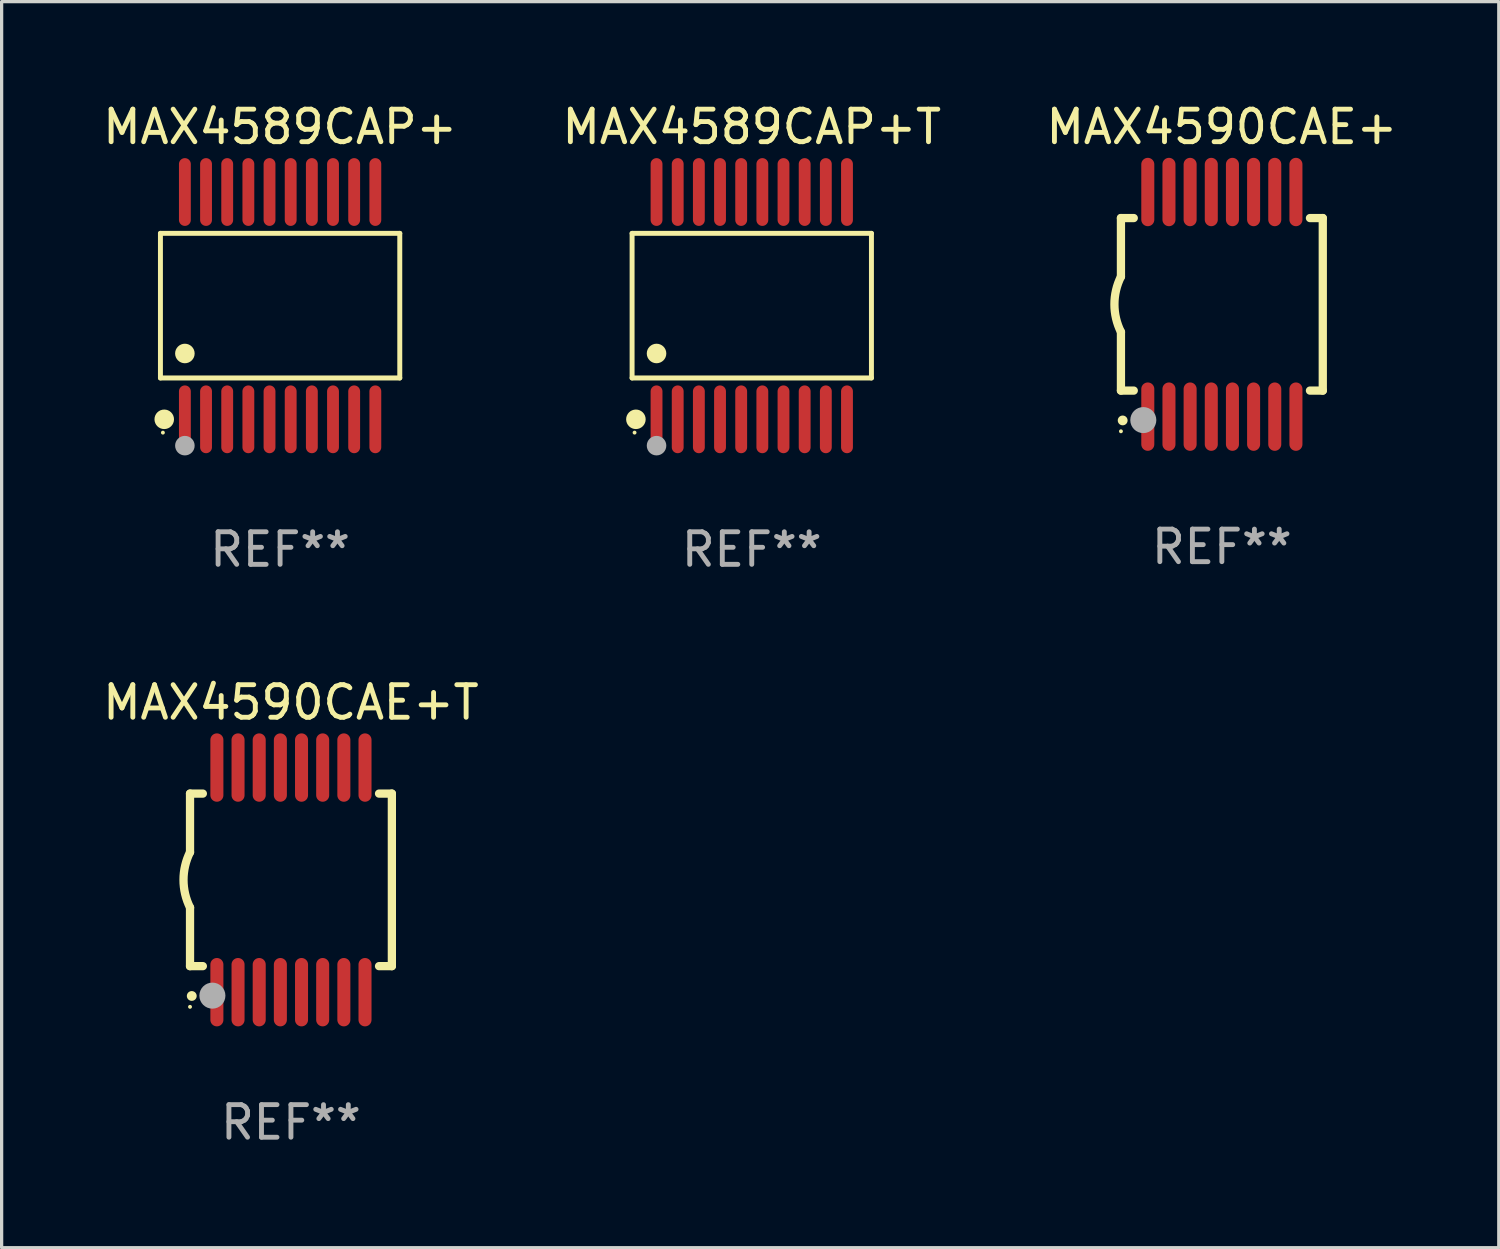
<source format=kicad_pcb>
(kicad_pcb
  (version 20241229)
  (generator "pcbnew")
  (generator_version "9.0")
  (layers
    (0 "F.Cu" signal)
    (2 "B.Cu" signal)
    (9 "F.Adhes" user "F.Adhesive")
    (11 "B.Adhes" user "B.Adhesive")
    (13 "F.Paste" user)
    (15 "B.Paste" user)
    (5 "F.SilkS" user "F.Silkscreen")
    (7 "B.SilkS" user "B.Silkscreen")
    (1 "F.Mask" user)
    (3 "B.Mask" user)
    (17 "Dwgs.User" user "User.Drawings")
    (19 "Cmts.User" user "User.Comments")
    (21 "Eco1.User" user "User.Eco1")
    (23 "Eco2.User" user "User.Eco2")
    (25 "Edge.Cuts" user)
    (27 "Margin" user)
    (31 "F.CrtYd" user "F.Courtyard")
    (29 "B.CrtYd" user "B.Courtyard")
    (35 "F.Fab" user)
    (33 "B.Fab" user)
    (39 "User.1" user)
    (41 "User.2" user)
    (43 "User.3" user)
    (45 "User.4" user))
  (footprint "MAX4589CAP+"
    (layer "F.Cu")
    (at 5.554 6.339)
    (property "Reference" "MAX4589CAP+" (at 0 -5.491 0) (layer "F.SilkS") (effects (font (size 1 1) (thickness 0.15))))
    (attr through_hole)
    (fp_line (start -3.676 -2.221) (end 3.676 -2.221) (stroke (width 0.152) (type solid)) (layer "F.SilkS"))
    (fp_line (start -3.676 2.221) (end -3.676 -2.221) (stroke (width 0.152) (type solid)) (layer "F.SilkS"))
    (fp_line (start 3.676 -2.221) (end 3.676 2.221) (stroke (width 0.152) (type solid)) (layer "F.SilkS"))
    (fp_line (start 3.676 2.221) (end -3.676 2.221) (stroke (width 0.152) (type solid)) (layer "F.SilkS"))
    (fp_circle (center -3.6 3.9) (end -3.57 3.9) (stroke (width 0.06) (type solid)) (fill no) (layer "F.SilkS"))
    (fp_circle (center -3.559 3.491) (end -3.409 3.491) (stroke (width 0.3) (type solid)) (fill no) (layer "F.SilkS"))
    (fp_circle (center -2.925 1.469) (end -2.775 1.469) (stroke (width 0.3) (type solid)) (fill no) (layer "F.SilkS"))
    (fp_circle (center -2.925 4.3) (end -2.775 4.3) (stroke (width 0.3) (type solid)) (fill no) (layer "F.Fab"))
    (fp_text user "REF**" (at 0 7.491 0) (layer "F.Fab") (effects (font (size 1 1) (thickness 0.15))))
    (pad "1" smd oval (at -2.925 3.491) (size 0.364 2.082) (layers "F.Cu" "F.Mask" "F.Paste"))
    (pad "2" smd oval (at -2.275 3.491) (size 0.364 2.082) (layers "F.Cu" "F.Mask" "F.Paste"))
    (pad "3" smd oval (at -1.625 3.491) (size 0.364 2.082) (layers "F.Cu" "F.Mask" "F.Paste"))
    (pad "4" smd oval (at -0.975 3.491) (size 0.364 2.082) (layers "F.Cu" "F.Mask" "F.Paste"))
    (pad "5" smd oval (at -0.325 3.491) (size 0.364 2.082) (layers "F.Cu" "F.Mask" "F.Paste"))
    (pad "6" smd oval (at 0.325 3.491) (size 0.364 2.082) (layers "F.Cu" "F.Mask" "F.Paste"))
    (pad "7" smd oval (at 0.975 3.491) (size 0.364 2.082) (layers "F.Cu" "F.Mask" "F.Paste"))
    (pad "8" smd oval (at 1.625 3.491) (size 0.364 2.082) (layers "F.Cu" "F.Mask" "F.Paste"))
    (pad "9" smd oval (at 2.275 3.491) (size 0.364 2.082) (layers "F.Cu" "F.Mask" "F.Paste"))
    (pad "10" smd oval (at 2.925 3.491) (size 0.364 2.082) (layers "F.Cu" "F.Mask" "F.Paste"))
    (pad "11" smd oval (at 2.925 -3.491) (size 0.364 2.082) (layers "F.Cu" "F.Mask" "F.Paste"))
    (pad "12" smd oval (at 2.275 -3.491) (size 0.364 2.082) (layers "F.Cu" "F.Mask" "F.Paste"))
    (pad "13" smd oval (at 1.625 -3.491) (size 0.364 2.082) (layers "F.Cu" "F.Mask" "F.Paste"))
    (pad "14" smd oval (at 0.975 -3.491) (size 0.364 2.082) (layers "F.Cu" "F.Mask" "F.Paste"))
    (pad "15" smd oval (at 0.325 -3.491) (size 0.364 2.082) (layers "F.Cu" "F.Mask" "F.Paste"))
    (pad "16" smd oval (at -0.325 -3.491) (size 0.364 2.082) (layers "F.Cu" "F.Mask" "F.Paste"))
    (pad "17" smd oval (at -0.975 -3.491) (size 0.364 2.082) (layers "F.Cu" "F.Mask" "F.Paste"))
    (pad "18" smd oval (at -1.625 -3.491) (size 0.364 2.082) (layers "F.Cu" "F.Mask" "F.Paste"))
    (pad "19" smd oval (at -2.275 -3.491) (size 0.364 2.082) (layers "F.Cu" "F.Mask" "F.Paste"))
    (pad "20" smd oval (at -2.925 -3.491) (size 0.364 2.082) (layers "F.Cu" "F.Mask" "F.Paste")))
  (footprint "MAX4590CAE+"
    (layer "F.Cu")
    (at 34.482 6.298)
    (property "Reference" "MAX4590CAE+" (at 0 -5.45 0) (layer "F.SilkS") (effects (font (size 1 1) (thickness 0.15))))
    (attr through_hole)
    (fp_line (start -3.1 -2.65) (end -3.1 -0.85) (stroke (width 0.254) (type solid)) (layer "F.SilkS"))
    (fp_line (start -3.1 -2.65) (end -2.706 -2.65) (stroke (width 0.254) (type solid)) (layer "F.SilkS"))
    (fp_line (start -3.1 2.65) (end -3.1 0.85) (stroke (width 0.254) (type solid)) (layer "F.SilkS"))
    (fp_line (start -3.1 2.65) (end -2.706 2.65) (stroke (width 0.254) (type solid)) (layer "F.SilkS"))
    (fp_line (start 2.706 -2.65) (end 3.1 -2.65) (stroke (width 0.254) (type solid)) (layer "F.SilkS"))
    (fp_line (start 2.706 2.65) (end 3.1 2.65) (stroke (width 0.254) (type solid)) (layer "F.SilkS"))
    (fp_line (start 3.1 -2.65) (end 3.1 2.65) (stroke (width 0.254) (type solid)) (layer "F.SilkS"))
    (fp_arc (start -3.098907 0.850902) (mid -3.300057 0.000523) (end -3.1 -0.850114) (stroke (width 0.254001) (type solid)) (layer "F.SilkS"))
    (fp_arc (start -3.048006 3.566066) (mid -3.046736 3.566061) (end -3.045466 3.566066) (stroke (width 0.3) (type solid)) (layer "F.SilkS"))
    (fp_circle (center -3.1 3.9) (end -3.07 3.9) (stroke (width 0.06) (type solid)) (fill no) (layer "F.SilkS"))
    (fp_circle (center -2.413 3.556) (end -2.213 3.556) (stroke (width 0.4) (type solid)) (fill no) (layer "F.Fab"))
    (fp_text user "REF**" (at 0 7.45 0) (layer "F.Fab") (effects (font (size 1 1) (thickness 0.15))))
    (pad "1" smd oval (at -2.275 3.45 180) (size 0.4 2.1) (layers "F.Cu" "F.Mask" "F.Paste"))
    (pad "2" smd oval (at -1.625 3.45 180) (size 0.4 2.1) (layers "F.Cu" "F.Mask" "F.Paste"))
    (pad "3" smd oval (at -0.975 3.45 180) (size 0.4 2.1) (layers "F.Cu" "F.Mask" "F.Paste"))
    (pad "4" smd oval (at -0.325 3.45 180) (size 0.4 2.1) (layers "F.Cu" "F.Mask" "F.Paste"))
    (pad "5" smd oval (at 0.325 3.45 180) (size 0.4 2.1) (layers "F.Cu" "F.Mask" "F.Paste"))
    (pad "6" smd oval (at 0.975 3.45 180) (size 0.4 2.1) (layers "F.Cu" "F.Mask" "F.Paste"))
    (pad "7" smd oval (at 1.625 3.45 180) (size 0.4 2.1) (layers "F.Cu" "F.Mask" "F.Paste"))
    (pad "8" smd oval (at 2.275 3.45 180) (size 0.4 2.1) (layers "F.Cu" "F.Mask" "F.Paste"))
    (pad "9" smd oval (at 2.275 -3.45 180) (size 0.4 2.1) (layers "F.Cu" "F.Mask" "F.Paste"))
    (pad "10" smd oval (at 1.625 -3.45 180) (size 0.4 2.1) (layers "F.Cu" "F.Mask" "F.Paste"))
    (pad "11" smd oval (at 0.975 -3.45 180) (size 0.4 2.1) (layers "F.Cu" "F.Mask" "F.Paste"))
    (pad "12" smd oval (at 0.325 -3.45 180) (size 0.4 2.1) (layers "F.Cu" "F.Mask" "F.Paste"))
    (pad "13" smd oval (at -0.325 -3.45 180) (size 0.4 2.1) (layers "F.Cu" "F.Mask" "F.Paste"))
    (pad "14" smd oval (at -0.975 -3.45 180) (size 0.4 2.1) (layers "F.Cu" "F.Mask" "F.Paste"))
    (pad "15" smd oval (at -1.625 -3.45 180) (size 0.4 2.1) (layers "F.Cu" "F.Mask" "F.Paste"))
    (pad "16" smd oval (at -2.275 -3.45 180) (size 0.4 2.1) (layers "F.Cu" "F.Mask" "F.Paste")))
  (footprint "MAX4590CAE+T"
    (layer "F.Cu")
    (at 5.887 23.977)
    (property "Reference" "MAX4590CAE+T" (at 0 -5.45 0) (layer "F.SilkS") (effects (font (size 1 1) (thickness 0.15))))
    (attr through_hole)
    (fp_line (start -3.1 -2.65) (end -3.1 -0.85) (stroke (width 0.254) (type solid)) (layer "F.SilkS"))
    (fp_line (start -3.1 -2.65) (end -2.706 -2.65) (stroke (width 0.254) (type solid)) (layer "F.SilkS"))
    (fp_line (start -3.1 2.65) (end -3.1 0.85) (stroke (width 0.254) (type solid)) (layer "F.SilkS"))
    (fp_line (start -3.1 2.65) (end -2.706 2.65) (stroke (width 0.254) (type solid)) (layer "F.SilkS"))
    (fp_line (start 2.706 -2.65) (end 3.1 -2.65) (stroke (width 0.254) (type solid)) (layer "F.SilkS"))
    (fp_line (start 2.706 2.65) (end 3.1 2.65) (stroke (width 0.254) (type solid)) (layer "F.SilkS"))
    (fp_line (start 3.1 -2.65) (end 3.1 2.65) (stroke (width 0.254) (type solid)) (layer "F.SilkS"))
    (fp_arc (start -3.098907 0.850902) (mid -3.300057 0.000523) (end -3.1 -0.850114) (stroke (width 0.254001) (type solid)) (layer "F.SilkS"))
    (fp_arc (start -3.048006 3.566066) (mid -3.046736 3.566061) (end -3.045466 3.566066) (stroke (width 0.3) (type solid)) (layer "F.SilkS"))
    (fp_circle (center -3.1 3.9) (end -3.07 3.9) (stroke (width 0.06) (type solid)) (fill no) (layer "F.SilkS"))
    (fp_circle (center -2.413 3.556) (end -2.213 3.556) (stroke (width 0.4) (type solid)) (fill no) (layer "F.Fab"))
    (fp_text user "REF**" (at 0 7.45 0) (layer "F.Fab") (effects (font (size 1 1) (thickness 0.15))))
    (pad "1" smd oval (at -2.275 3.45 180) (size 0.4 2.1) (layers "F.Cu" "F.Mask" "F.Paste"))
    (pad "2" smd oval (at -1.625 3.45 180) (size 0.4 2.1) (layers "F.Cu" "F.Mask" "F.Paste"))
    (pad "3" smd oval (at -0.975 3.45 180) (size 0.4 2.1) (layers "F.Cu" "F.Mask" "F.Paste"))
    (pad "4" smd oval (at -0.325 3.45 180) (size 0.4 2.1) (layers "F.Cu" "F.Mask" "F.Paste"))
    (pad "5" smd oval (at 0.325 3.45 180) (size 0.4 2.1) (layers "F.Cu" "F.Mask" "F.Paste"))
    (pad "6" smd oval (at 0.975 3.45 180) (size 0.4 2.1) (layers "F.Cu" "F.Mask" "F.Paste"))
    (pad "7" smd oval (at 1.625 3.45 180) (size 0.4 2.1) (layers "F.Cu" "F.Mask" "F.Paste"))
    (pad "8" smd oval (at 2.275 3.45 180) (size 0.4 2.1) (layers "F.Cu" "F.Mask" "F.Paste"))
    (pad "9" smd oval (at 2.275 -3.45 180) (size 0.4 2.1) (layers "F.Cu" "F.Mask" "F.Paste"))
    (pad "10" smd oval (at 1.625 -3.45 180) (size 0.4 2.1) (layers "F.Cu" "F.Mask" "F.Paste"))
    (pad "11" smd oval (at 0.975 -3.45 180) (size 0.4 2.1) (layers "F.Cu" "F.Mask" "F.Paste"))
    (pad "12" smd oval (at 0.325 -3.45 180) (size 0.4 2.1) (layers "F.Cu" "F.Mask" "F.Paste"))
    (pad "13" smd oval (at -0.325 -3.45 180) (size 0.4 2.1) (layers "F.Cu" "F.Mask" "F.Paste"))
    (pad "14" smd oval (at -0.975 -3.45 180) (size 0.4 2.1) (layers "F.Cu" "F.Mask" "F.Paste"))
    (pad "15" smd oval (at -1.625 -3.45 180) (size 0.4 2.1) (layers "F.Cu" "F.Mask" "F.Paste"))
    (pad "16" smd oval (at -2.275 -3.45 180) (size 0.4 2.1) (layers "F.Cu" "F.Mask" "F.Paste")))
  (footprint "MAX4589CAP+T"
    (layer "F.Cu")
    (at 20.042 6.339)
    (property "Reference" "MAX4589CAP+T" (at 0 -5.491 0) (layer "F.SilkS") (effects (font (size 1 1) (thickness 0.15))))
    (attr through_hole)
    (fp_line (start -3.676 -2.221) (end 3.676 -2.221) (stroke (width 0.152) (type solid)) (layer "F.SilkS"))
    (fp_line (start -3.676 2.221) (end -3.676 -2.221) (stroke (width 0.152) (type solid)) (layer "F.SilkS"))
    (fp_line (start 3.676 -2.221) (end 3.676 2.221) (stroke (width 0.152) (type solid)) (layer "F.SilkS"))
    (fp_line (start 3.676 2.221) (end -3.676 2.221) (stroke (width 0.152) (type solid)) (layer "F.SilkS"))
    (fp_circle (center -3.6 3.9) (end -3.57 3.9) (stroke (width 0.06) (type solid)) (fill no) (layer "F.SilkS"))
    (fp_circle (center -3.559 3.491) (end -3.409 3.491) (stroke (width 0.3) (type solid)) (fill no) (layer "F.SilkS"))
    (fp_circle (center -2.925 1.469) (end -2.775 1.469) (stroke (width 0.3) (type solid)) (fill no) (layer "F.SilkS"))
    (fp_circle (center -2.925 4.3) (end -2.775 4.3) (stroke (width 0.3) (type solid)) (fill no) (layer "F.Fab"))
    (fp_text user "REF**" (at 0 7.491 0) (layer "F.Fab") (effects (font (size 1 1) (thickness 0.15))))
    (pad "1" smd oval (at -2.925 3.491) (size 0.364 2.082) (layers "F.Cu" "F.Mask" "F.Paste"))
    (pad "2" smd oval (at -2.275 3.491) (size 0.364 2.082) (layers "F.Cu" "F.Mask" "F.Paste"))
    (pad "3" smd oval (at -1.625 3.491) (size 0.364 2.082) (layers "F.Cu" "F.Mask" "F.Paste"))
    (pad "4" smd oval (at -0.975 3.491) (size 0.364 2.082) (layers "F.Cu" "F.Mask" "F.Paste"))
    (pad "5" smd oval (at -0.325 3.491) (size 0.364 2.082) (layers "F.Cu" "F.Mask" "F.Paste"))
    (pad "6" smd oval (at 0.325 3.491) (size 0.364 2.082) (layers "F.Cu" "F.Mask" "F.Paste"))
    (pad "7" smd oval (at 0.975 3.491) (size 0.364 2.082) (layers "F.Cu" "F.Mask" "F.Paste"))
    (pad "8" smd oval (at 1.625 3.491) (size 0.364 2.082) (layers "F.Cu" "F.Mask" "F.Paste"))
    (pad "9" smd oval (at 2.275 3.491) (size 0.364 2.082) (layers "F.Cu" "F.Mask" "F.Paste"))
    (pad "10" smd oval (at 2.925 3.491) (size 0.364 2.082) (layers "F.Cu" "F.Mask" "F.Paste"))
    (pad "11" smd oval (at 2.925 -3.491) (size 0.364 2.082) (layers "F.Cu" "F.Mask" "F.Paste"))
    (pad "12" smd oval (at 2.275 -3.491) (size 0.364 2.082) (layers "F.Cu" "F.Mask" "F.Paste"))
    (pad "13" smd oval (at 1.625 -3.491) (size 0.364 2.082) (layers "F.Cu" "F.Mask" "F.Paste"))
    (pad "14" smd oval (at 0.975 -3.491) (size 0.364 2.082) (layers "F.Cu" "F.Mask" "F.Paste"))
    (pad "15" smd oval (at 0.325 -3.491) (size 0.364 2.082) (layers "F.Cu" "F.Mask" "F.Paste"))
    (pad "16" smd oval (at -0.325 -3.491) (size 0.364 2.082) (layers "F.Cu" "F.Mask" "F.Paste"))
    (pad "17" smd oval (at -0.975 -3.491) (size 0.364 2.082) (layers "F.Cu" "F.Mask" "F.Paste"))
    (pad "18" smd oval (at -1.625 -3.491) (size 0.364 2.082) (layers "F.Cu" "F.Mask" "F.Paste"))
    (pad "19" smd oval (at -2.275 -3.491) (size 0.364 2.082) (layers "F.Cu" "F.Mask" "F.Paste"))
    (pad "20" smd oval (at -2.925 -3.491) (size 0.364 2.082) (layers "F.Cu" "F.Mask" "F.Paste")))
  (gr_rect
    (start -3 -3)
    (end 42.988 35.275)
    (stroke (width 0.1) (type default))
    (fill no)
    (layer "Edge.Cuts")))
</source>
